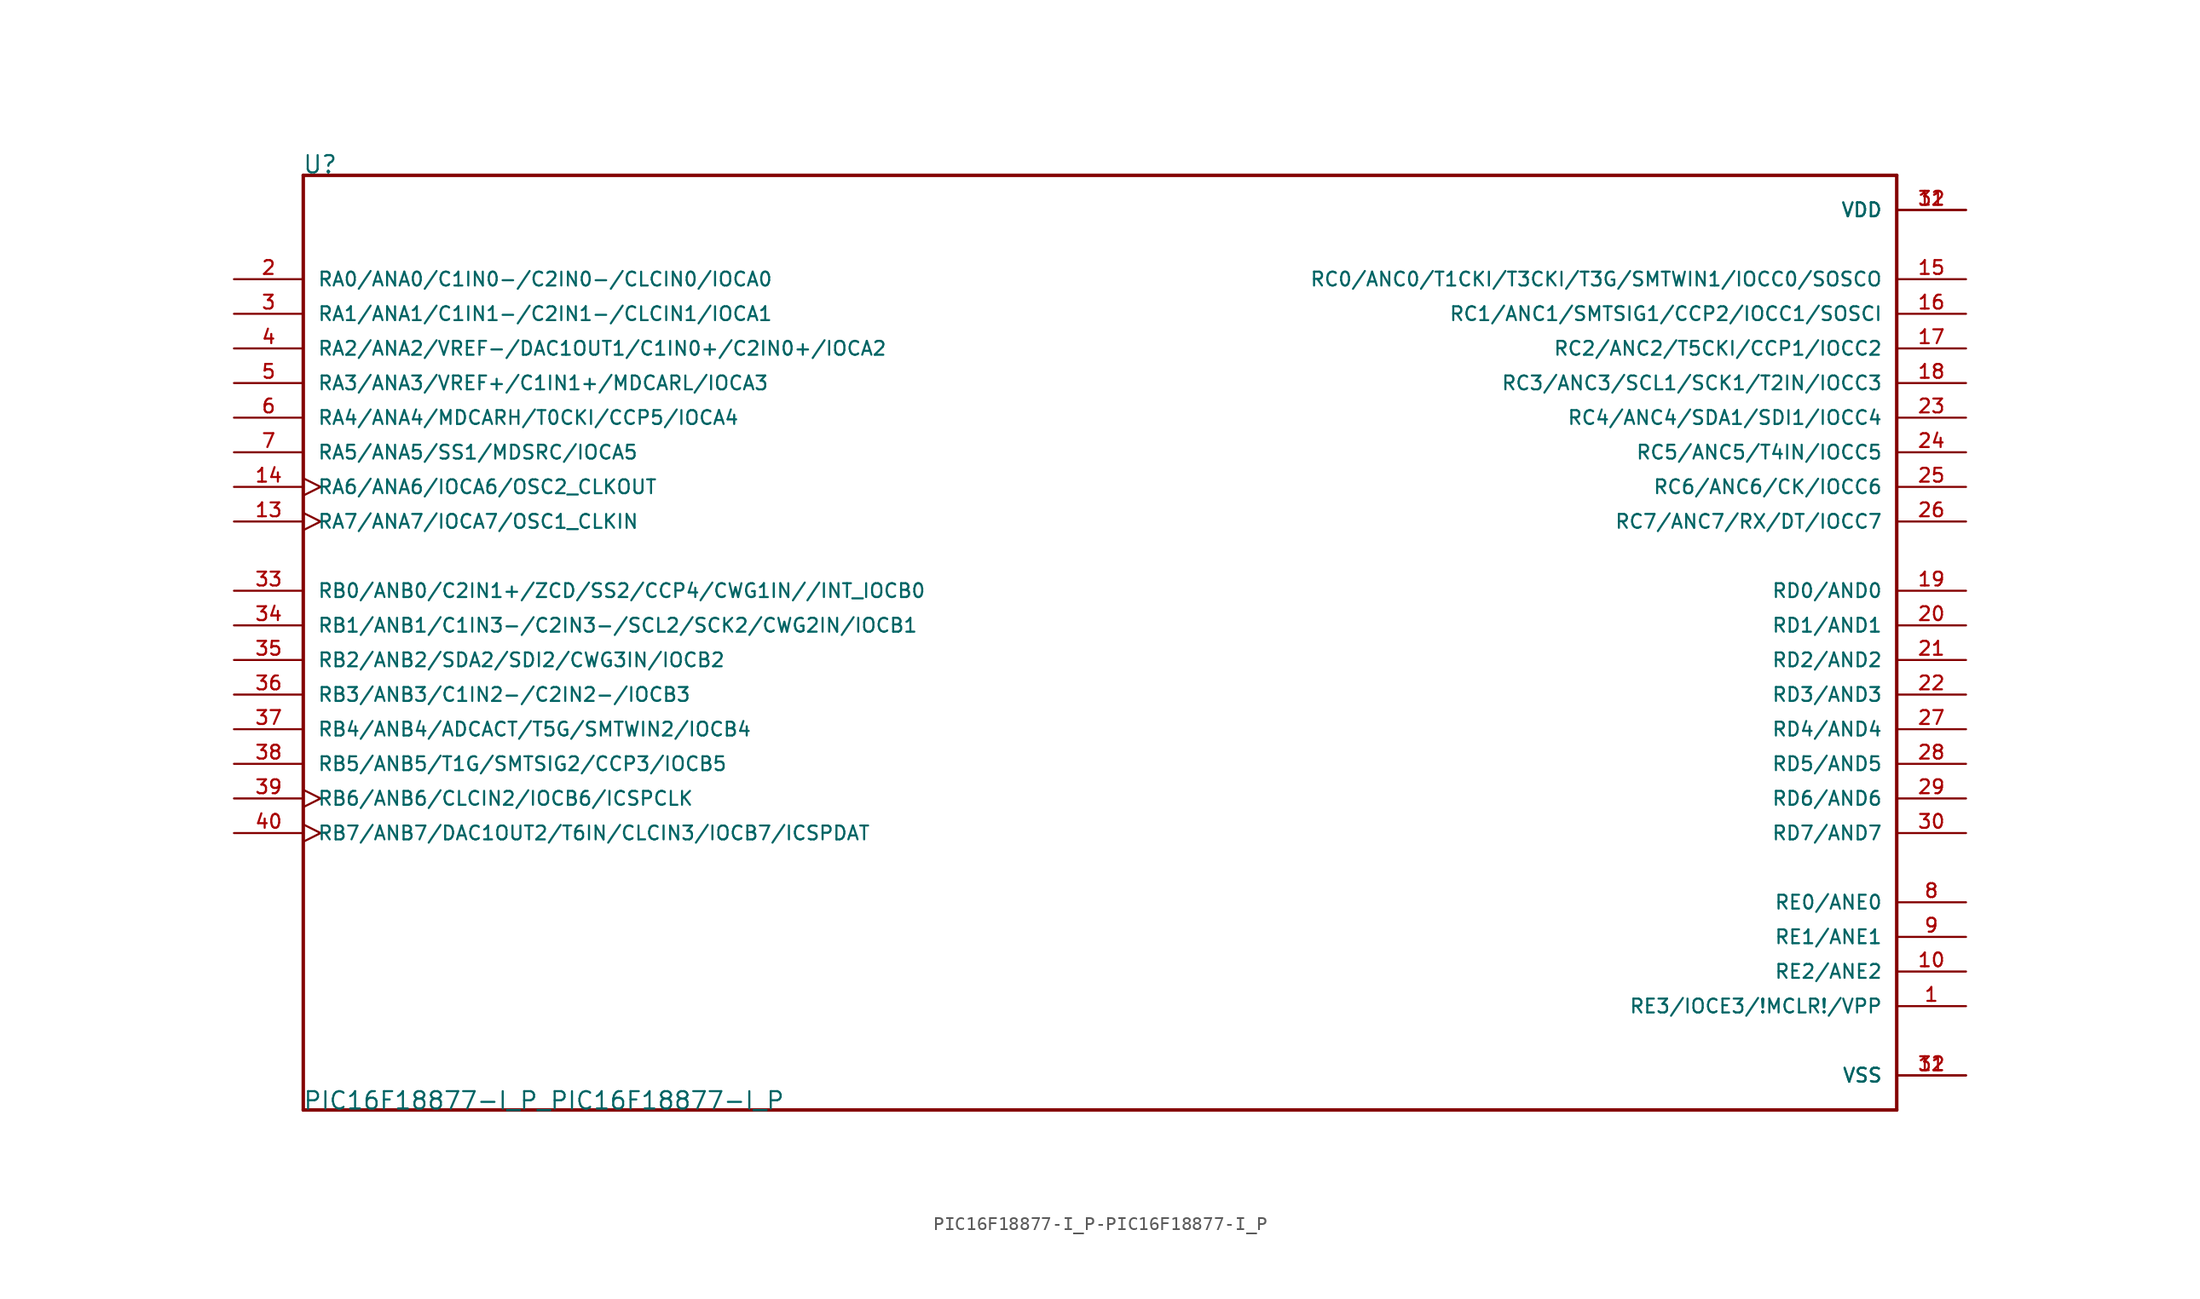
<source format=kicad_sym>
(kicad_symbol_lib
  (version 20220914)
  (generator kicad_symbol_editor)
  (symbol "PIC16F18877-I_P-PIC16F18877-I_P"
    (pin_names
      (offset 1.016))
    (property "Reference" "U"
      (at -58.496 33.071 0)
      (effects (font (size 1.27 1.27)) (justify left bottom)))
    (property "Value" "PIC16F18877-I_P_PIC16F18877-I_P"
      (at -58.471 -35.611 0)
      (effects (font (size 1.27 1.27)) (justify left bottom)))
    (property "ki_locked" ""
      (at 0 0 0)
      (effects (font (size 1.27 1.27))))
    (symbol "PIC16F18877-I_P-PIC16F18877-I_P_0_0"
      (polyline (pts (xy -58.42 -35.56) (xy 58.42 -35.56)) (stroke (width 0.254) (type solid)) (fill (type none)))
      (polyline (pts (xy -58.42 33.02) (xy -58.42 -35.56)) (stroke (width 0.254) (type solid)) (fill (type none)))
      (polyline (pts (xy 58.42 -35.56) (xy 58.42 33.02)) (stroke (width 0.254) (type solid)) (fill (type none)))
      (polyline (pts (xy 58.42 33.02) (xy -58.42 33.02)) (stroke (width 0.254) (type solid)) (fill (type none)))
      (pin bidirectional line (at 63.5 -27.94 180) (length 5.08) (name "RE3/IOCE3/!MCLR!/VPP" (effects (font (size 1.016 1.016)))) (number "1" (effects (font (size 1.016 1.016)))))
      (pin bidirectional line (at 63.5 -25.4 180) (length 5.08) (name "RE2/ANE2" (effects (font (size 1.016 1.016)))) (number "10" (effects (font (size 1.016 1.016)))))
      (pin power_in line (at 63.5 30.48 180) (length 5.08) (name "VDD" (effects (font (size 1.016 1.016)))) (number "11" (effects (font (size 1.016 1.016)))))
      (pin power_in line (at 63.5 -33.02 180) (length 5.08) (name "VSS" (effects (font (size 1.016 1.016)))) (number "12" (effects (font (size 1.016 1.016)))))
      (pin bidirectional clock (at -63.5 7.62 0) (length 5.08) (name "RA7/ANA7/IOCA7/OSC1_CLKIN" (effects (font (size 1.016 1.016)))) (number "13" (effects (font (size 1.016 1.016)))))
      (pin bidirectional clock (at -63.5 10.16 0) (length 5.08) (name "RA6/ANA6/IOCA6/OSC2_CLKOUT" (effects (font (size 1.016 1.016)))) (number "14" (effects (font (size 1.016 1.016)))))
      (pin bidirectional line (at 63.5 25.4 180) (length 5.08) (name "RC0/ANC0/T1CKI/T3CKI/T3G/SMTWIN1/IOCC0/SOSCO" (effects (font (size 1.016 1.016)))) (number "15" (effects (font (size 1.016 1.016)))))
      (pin bidirectional line (at 63.5 22.86 180) (length 5.08) (name "RC1/ANC1/SMTSIG1/CCP2/IOCC1/SOSCI" (effects (font (size 1.016 1.016)))) (number "16" (effects (font (size 1.016 1.016)))))
      (pin bidirectional line (at 63.5 20.32 180) (length 5.08) (name "RC2/ANC2/T5CKI/CCP1/IOCC2" (effects (font (size 1.016 1.016)))) (number "17" (effects (font (size 1.016 1.016)))))
      (pin bidirectional line (at 63.5 17.78 180) (length 5.08) (name "RC3/ANC3/SCL1/SCK1/T2IN/IOCC3" (effects (font (size 1.016 1.016)))) (number "18" (effects (font (size 1.016 1.016)))))
      (pin bidirectional line (at 63.5 2.54 180) (length 5.08) (name "RD0/AND0" (effects (font (size 1.016 1.016)))) (number "19" (effects (font (size 1.016 1.016)))))
      (pin bidirectional line (at -63.5 25.4 0) (length 5.08) (name "RA0/ANA0/C1IN0-/C2IN0-/CLCIN0/IOCA0" (effects (font (size 1.016 1.016)))) (number "2" (effects (font (size 1.016 1.016)))))
      (pin bidirectional line (at 63.5 0 180) (length 5.08) (name "RD1/AND1" (effects (font (size 1.016 1.016)))) (number "20" (effects (font (size 1.016 1.016)))))
      (pin bidirectional line (at 63.5 -2.54 180) (length 5.08) (name "RD2/AND2" (effects (font (size 1.016 1.016)))) (number "21" (effects (font (size 1.016 1.016)))))
      (pin bidirectional line (at 63.5 -5.08 180) (length 5.08) (name "RD3/AND3" (effects (font (size 1.016 1.016)))) (number "22" (effects (font (size 1.016 1.016)))))
      (pin bidirectional line (at 63.5 15.24 180) (length 5.08) (name "RC4/ANC4/SDA1/SDI1/IOCC4" (effects (font (size 1.016 1.016)))) (number "23" (effects (font (size 1.016 1.016)))))
      (pin bidirectional line (at 63.5 12.7 180) (length 5.08) (name "RC5/ANC5/T4IN/IOCC5" (effects (font (size 1.016 1.016)))) (number "24" (effects (font (size 1.016 1.016)))))
      (pin bidirectional line (at 63.5 10.16 180) (length 5.08) (name "RC6/ANC6/CK/IOCC6" (effects (font (size 1.016 1.016)))) (number "25" (effects (font (size 1.016 1.016)))))
      (pin bidirectional line (at 63.5 7.62 180) (length 5.08) (name "RC7/ANC7/RX/DT/IOCC7" (effects (font (size 1.016 1.016)))) (number "26" (effects (font (size 1.016 1.016)))))
      (pin bidirectional line (at 63.5 -7.62 180) (length 5.08) (name "RD4/AND4" (effects (font (size 1.016 1.016)))) (number "27" (effects (font (size 1.016 1.016)))))
      (pin bidirectional line (at 63.5 -10.16 180) (length 5.08) (name "RD5/AND5" (effects (font (size 1.016 1.016)))) (number "28" (effects (font (size 1.016 1.016)))))
      (pin bidirectional line (at 63.5 -12.7 180) (length 5.08) (name "RD6/AND6" (effects (font (size 1.016 1.016)))) (number "29" (effects (font (size 1.016 1.016)))))
      (pin bidirectional line (at -63.5 22.86 0) (length 5.08) (name "RA1/ANA1/C1IN1-/C2IN1-/CLCIN1/IOCA1" (effects (font (size 1.016 1.016)))) (number "3" (effects (font (size 1.016 1.016)))))
      (pin bidirectional line (at 63.5 -15.24 180) (length 5.08) (name "RD7/AND7" (effects (font (size 1.016 1.016)))) (number "30" (effects (font (size 1.016 1.016)))))
      (pin power_in line (at 63.5 -33.02 180) (length 5.08) (name "VSS" (effects (font (size 1.016 1.016)))) (number "31" (effects (font (size 1.016 1.016)))))
      (pin power_in line (at 63.5 30.48 180) (length 5.08) (name "VDD" (effects (font (size 1.016 1.016)))) (number "32" (effects (font (size 1.016 1.016)))))
      (pin bidirectional line (at -63.5 2.54 0) (length 5.08) (name "RB0/ANB0/C2IN1+/ZCD/SS2/CCP4/CWG1IN//INT_IOCB0" (effects (font (size 1.016 1.016)))) (number "33" (effects (font (size 1.016 1.016)))))
      (pin bidirectional line (at -63.5 0 0) (length 5.08) (name "RB1/ANB1/C1IN3-/C2IN3-/SCL2/SCK2/CWG2IN/IOCB1" (effects (font (size 1.016 1.016)))) (number "34" (effects (font (size 1.016 1.016)))))
      (pin bidirectional line (at -63.5 -2.54 0) (length 5.08) (name "RB2/ANB2/SDA2/SDI2/CWG3IN/IOCB2" (effects (font (size 1.016 1.016)))) (number "35" (effects (font (size 1.016 1.016)))))
      (pin bidirectional line (at -63.5 -5.08 0) (length 5.08) (name "RB3/ANB3/C1IN2-/C2IN2-/IOCB3" (effects (font (size 1.016 1.016)))) (number "36" (effects (font (size 1.016 1.016)))))
      (pin bidirectional line (at -63.5 -7.62 0) (length 5.08) (name "RB4/ANB4/ADCACT/T5G/SMTWIN2/IOCB4" (effects (font (size 1.016 1.016)))) (number "37" (effects (font (size 1.016 1.016)))))
      (pin bidirectional line (at -63.5 -10.16 0) (length 5.08) (name "RB5/ANB5/T1G/SMTSIG2/CCP3/IOCB5" (effects (font (size 1.016 1.016)))) (number "38" (effects (font (size 1.016 1.016)))))
      (pin bidirectional clock (at -63.5 -12.7 0) (length 5.08) (name "RB6/ANB6/CLCIN2/IOCB6/ICSPCLK" (effects (font (size 1.016 1.016)))) (number "39" (effects (font (size 1.016 1.016)))))
      (pin bidirectional line (at -63.5 20.32 0) (length 5.08) (name "RA2/ANA2/VREF-/DAC1OUT1/C1IN0+/C2IN0+/IOCA2" (effects (font (size 1.016 1.016)))) (number "4" (effects (font (size 1.016 1.016)))))
      (pin bidirectional clock (at -63.5 -15.24 0) (length 5.08) (name "RB7/ANB7/DAC1OUT2/T6IN/CLCIN3/IOCB7/ICSPDAT" (effects (font (size 1.016 1.016)))) (number "40" (effects (font (size 1.016 1.016)))))
      (pin bidirectional line (at -63.5 17.78 0) (length 5.08) (name "RA3/ANA3/VREF+/C1IN1+/MDCARL/IOCA3" (effects (font (size 1.016 1.016)))) (number "5" (effects (font (size 1.016 1.016)))))
      (pin bidirectional line (at -63.5 15.24 0) (length 5.08) (name "RA4/ANA4/MDCARH/T0CKI/CCP5/IOCA4" (effects (font (size 1.016 1.016)))) (number "6" (effects (font (size 1.016 1.016)))))
      (pin bidirectional line (at -63.5 12.7 0) (length 5.08) (name "RA5/ANA5/SS1/MDSRC/IOCA5" (effects (font (size 1.016 1.016)))) (number "7" (effects (font (size 1.016 1.016)))))
      (pin bidirectional line (at 63.5 -20.32 180) (length 5.08) (name "RE0/ANE0" (effects (font (size 1.016 1.016)))) (number "8" (effects (font (size 1.016 1.016)))))
      (pin bidirectional line (at 63.5 -22.86 180) (length 5.08) (name "RE1/ANE1" (effects (font (size 1.016 1.016)))) (number "9" (effects (font (size 1.016 1.016))))))))
</source>
